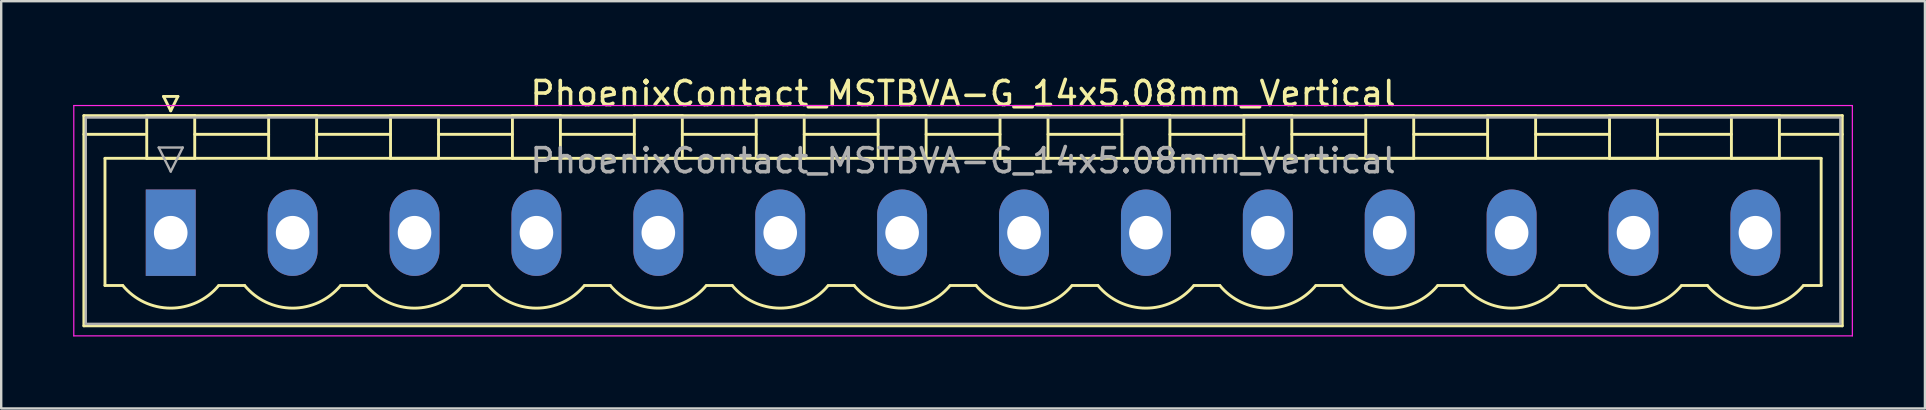
<source format=kicad_pcb>
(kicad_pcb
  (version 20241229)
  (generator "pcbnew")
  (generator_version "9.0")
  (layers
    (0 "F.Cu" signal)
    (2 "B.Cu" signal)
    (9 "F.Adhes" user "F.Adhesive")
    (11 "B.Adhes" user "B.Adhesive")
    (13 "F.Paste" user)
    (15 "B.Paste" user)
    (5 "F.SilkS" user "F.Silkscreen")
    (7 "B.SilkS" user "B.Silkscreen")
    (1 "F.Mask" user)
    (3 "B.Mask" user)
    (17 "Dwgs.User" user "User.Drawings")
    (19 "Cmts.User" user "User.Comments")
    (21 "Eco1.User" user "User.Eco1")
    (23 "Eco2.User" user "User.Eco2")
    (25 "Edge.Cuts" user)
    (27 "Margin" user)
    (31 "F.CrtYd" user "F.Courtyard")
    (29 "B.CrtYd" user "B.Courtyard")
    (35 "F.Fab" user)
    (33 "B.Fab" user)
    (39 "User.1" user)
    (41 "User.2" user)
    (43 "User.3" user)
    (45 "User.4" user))
  (footprint "PhoenixContact_MSTBVA-G_14x5.08mm_Vertical"
    (layer "F.Cu")
    (at 4.065 6.648)
    (property "Reference" "PhoenixContact_MSTBVA-G_14x5.08mm_Vertical" (at 33.02 -5.8 0) (layer "F.SilkS") (effects (font (size 1 1) (thickness 0.15))))
    (attr through_hole)
    (fp_line (start -3.62 -4.88) (end -3.62 3.88) (stroke (width 0.12) (type solid)) (layer "F.SilkS"))
    (fp_line (start -3.62 -4.1) (end -1.08 -4.1) (stroke (width 0.12) (type solid)) (layer "F.SilkS"))
    (fp_line (start -3.62 3.88) (end 69.66 3.88) (stroke (width 0.12) (type solid)) (layer "F.SilkS"))
    (fp_line (start -2.74 -3.1) (end 68.78 -3.1) (stroke (width 0.12) (type solid)) (layer "F.SilkS"))
    (fp_line (start -2.74 2.2) (end -2.74 -3.1) (stroke (width 0.12) (type solid)) (layer "F.SilkS"))
    (fp_line (start -2 2.2) (end -2.74 2.2) (stroke (width 0.12) (type solid)) (layer "F.SilkS"))
    (fp_line (start -1 -4.88) (end 1 -4.88) (stroke (width 0.12) (type solid)) (layer "F.SilkS"))
    (fp_line (start -1 -3.1) (end -1 -4.88) (stroke (width 0.12) (type solid)) (layer "F.SilkS"))
    (fp_line (start -0.3 -5.68) (end 0.3 -5.68) (stroke (width 0.12) (type solid)) (layer "F.SilkS"))
    (fp_line (start 0 -5.08) (end -0.3 -5.68) (stroke (width 0.12) (type solid)) (layer "F.SilkS"))
    (fp_line (start 0.3 -5.68) (end 0 -5.08) (stroke (width 0.12) (type solid)) (layer "F.SilkS"))
    (fp_line (start 1 -4.88) (end 1 -3.1) (stroke (width 0.12) (type solid)) (layer "F.SilkS"))
    (fp_line (start 1 -4.1) (end 4.08 -4.1) (stroke (width 0.12) (type solid)) (layer "F.SilkS"))
    (fp_line (start 1 -3.1) (end -1 -3.1) (stroke (width 0.12) (type solid)) (layer "F.SilkS"))
    (fp_line (start 2 2.2) (end 3.08 2.2) (stroke (width 0.12) (type solid)) (layer "F.SilkS"))
    (fp_line (start 4.08 -4.88) (end 6.08 -4.88) (stroke (width 0.12) (type solid)) (layer "F.SilkS"))
    (fp_line (start 4.08 -3.1) (end 4.08 -4.88) (stroke (width 0.12) (type solid)) (layer "F.SilkS"))
    (fp_line (start 6.08 -4.88) (end 6.08 -3.1) (stroke (width 0.12) (type solid)) (layer "F.SilkS"))
    (fp_line (start 6.08 -4.1) (end 9.16 -4.1) (stroke (width 0.12) (type solid)) (layer "F.SilkS"))
    (fp_line (start 6.08 -3.1) (end 4.08 -3.1) (stroke (width 0.12) (type solid)) (layer "F.SilkS"))
    (fp_line (start 7.08 2.2) (end 8.16 2.2) (stroke (width 0.12) (type solid)) (layer "F.SilkS"))
    (fp_line (start 9.16 -4.88) (end 11.16 -4.88) (stroke (width 0.12) (type solid)) (layer "F.SilkS"))
    (fp_line (start 9.16 -3.1) (end 9.16 -4.88) (stroke (width 0.12) (type solid)) (layer "F.SilkS"))
    (fp_line (start 11.16 -4.88) (end 11.16 -3.1) (stroke (width 0.12) (type solid)) (layer "F.SilkS"))
    (fp_line (start 11.16 -4.1) (end 14.24 -4.1) (stroke (width 0.12) (type solid)) (layer "F.SilkS"))
    (fp_line (start 11.16 -3.1) (end 9.16 -3.1) (stroke (width 0.12) (type solid)) (layer "F.SilkS"))
    (fp_line (start 12.16 2.2) (end 13.24 2.2) (stroke (width 0.12) (type solid)) (layer "F.SilkS"))
    (fp_line (start 14.24 -4.88) (end 16.24 -4.88) (stroke (width 0.12) (type solid)) (layer "F.SilkS"))
    (fp_line (start 14.24 -3.1) (end 14.24 -4.88) (stroke (width 0.12) (type solid)) (layer "F.SilkS"))
    (fp_line (start 16.24 -4.88) (end 16.24 -3.1) (stroke (width 0.12) (type solid)) (layer "F.SilkS"))
    (fp_line (start 16.24 -4.1) (end 19.32 -4.1) (stroke (width 0.12) (type solid)) (layer "F.SilkS"))
    (fp_line (start 16.24 -3.1) (end 14.24 -3.1) (stroke (width 0.12) (type solid)) (layer "F.SilkS"))
    (fp_line (start 17.24 2.2) (end 18.32 2.2) (stroke (width 0.12) (type solid)) (layer "F.SilkS"))
    (fp_line (start 19.32 -4.88) (end 21.32 -4.88) (stroke (width 0.12) (type solid)) (layer "F.SilkS"))
    (fp_line (start 19.32 -3.1) (end 19.32 -4.88) (stroke (width 0.12) (type solid)) (layer "F.SilkS"))
    (fp_line (start 21.32 -4.88) (end 21.32 -3.1) (stroke (width 0.12) (type solid)) (layer "F.SilkS"))
    (fp_line (start 21.32 -4.1) (end 24.4 -4.1) (stroke (width 0.12) (type solid)) (layer "F.SilkS"))
    (fp_line (start 21.32 -3.1) (end 19.32 -3.1) (stroke (width 0.12) (type solid)) (layer "F.SilkS"))
    (fp_line (start 22.32 2.2) (end 23.4 2.2) (stroke (width 0.12) (type solid)) (layer "F.SilkS"))
    (fp_line (start 24.4 -4.88) (end 26.4 -4.88) (stroke (width 0.12) (type solid)) (layer "F.SilkS"))
    (fp_line (start 24.4 -3.1) (end 24.4 -4.88) (stroke (width 0.12) (type solid)) (layer "F.SilkS"))
    (fp_line (start 26.4 -4.88) (end 26.4 -3.1) (stroke (width 0.12) (type solid)) (layer "F.SilkS"))
    (fp_line (start 26.4 -4.1) (end 29.48 -4.1) (stroke (width 0.12) (type solid)) (layer "F.SilkS"))
    (fp_line (start 26.4 -3.1) (end 24.4 -3.1) (stroke (width 0.12) (type solid)) (layer "F.SilkS"))
    (fp_line (start 27.4 2.2) (end 28.48 2.2) (stroke (width 0.12) (type solid)) (layer "F.SilkS"))
    (fp_line (start 29.48 -4.88) (end 31.48 -4.88) (stroke (width 0.12) (type solid)) (layer "F.SilkS"))
    (fp_line (start 29.48 -3.1) (end 29.48 -4.88) (stroke (width 0.12) (type solid)) (layer "F.SilkS"))
    (fp_line (start 31.48 -4.88) (end 31.48 -3.1) (stroke (width 0.12) (type solid)) (layer "F.SilkS"))
    (fp_line (start 31.48 -4.1) (end 34.56 -4.1) (stroke (width 0.12) (type solid)) (layer "F.SilkS"))
    (fp_line (start 31.48 -3.1) (end 29.48 -3.1) (stroke (width 0.12) (type solid)) (layer "F.SilkS"))
    (fp_line (start 32.48 2.2) (end 33.56 2.2) (stroke (width 0.12) (type solid)) (layer "F.SilkS"))
    (fp_line (start 34.56 -4.88) (end 36.56 -4.88) (stroke (width 0.12) (type solid)) (layer "F.SilkS"))
    (fp_line (start 34.56 -3.1) (end 34.56 -4.88) (stroke (width 0.12) (type solid)) (layer "F.SilkS"))
    (fp_line (start 36.56 -4.88) (end 36.56 -3.1) (stroke (width 0.12) (type solid)) (layer "F.SilkS"))
    (fp_line (start 36.56 -4.1) (end 39.64 -4.1) (stroke (width 0.12) (type solid)) (layer "F.SilkS"))
    (fp_line (start 36.56 -3.1) (end 34.56 -3.1) (stroke (width 0.12) (type solid)) (layer "F.SilkS"))
    (fp_line (start 37.56 2.2) (end 38.64 2.2) (stroke (width 0.12) (type solid)) (layer "F.SilkS"))
    (fp_line (start 39.64 -4.88) (end 41.64 -4.88) (stroke (width 0.12) (type solid)) (layer "F.SilkS"))
    (fp_line (start 39.64 -3.1) (end 39.64 -4.88) (stroke (width 0.12) (type solid)) (layer "F.SilkS"))
    (fp_line (start 41.64 -4.88) (end 41.64 -3.1) (stroke (width 0.12) (type solid)) (layer "F.SilkS"))
    (fp_line (start 41.64 -4.1) (end 44.72 -4.1) (stroke (width 0.12) (type solid)) (layer "F.SilkS"))
    (fp_line (start 41.64 -3.1) (end 39.64 -3.1) (stroke (width 0.12) (type solid)) (layer "F.SilkS"))
    (fp_line (start 42.64 2.2) (end 43.72 2.2) (stroke (width 0.12) (type solid)) (layer "F.SilkS"))
    (fp_line (start 44.72 -4.88) (end 46.72 -4.88) (stroke (width 0.12) (type solid)) (layer "F.SilkS"))
    (fp_line (start 44.72 -3.1) (end 44.72 -4.88) (stroke (width 0.12) (type solid)) (layer "F.SilkS"))
    (fp_line (start 46.72 -4.88) (end 46.72 -3.1) (stroke (width 0.12) (type solid)) (layer "F.SilkS"))
    (fp_line (start 46.72 -4.1) (end 49.8 -4.1) (stroke (width 0.12) (type solid)) (layer "F.SilkS"))
    (fp_line (start 46.72 -3.1) (end 44.72 -3.1) (stroke (width 0.12) (type solid)) (layer "F.SilkS"))
    (fp_line (start 47.72 2.2) (end 48.8 2.2) (stroke (width 0.12) (type solid)) (layer "F.SilkS"))
    (fp_line (start 49.8 -4.88) (end 51.8 -4.88) (stroke (width 0.12) (type solid)) (layer "F.SilkS"))
    (fp_line (start 49.8 -3.1) (end 49.8 -4.88) (stroke (width 0.12) (type solid)) (layer "F.SilkS"))
    (fp_line (start 51.8 -4.88) (end 51.8 -3.1) (stroke (width 0.12) (type solid)) (layer "F.SilkS"))
    (fp_line (start 51.8 -4.1) (end 54.88 -4.1) (stroke (width 0.12) (type solid)) (layer "F.SilkS"))
    (fp_line (start 51.8 -3.1) (end 49.8 -3.1) (stroke (width 0.12) (type solid)) (layer "F.SilkS"))
    (fp_line (start 52.8 2.2) (end 53.88 2.2) (stroke (width 0.12) (type solid)) (layer "F.SilkS"))
    (fp_line (start 54.88 -4.88) (end 56.88 -4.88) (stroke (width 0.12) (type solid)) (layer "F.SilkS"))
    (fp_line (start 54.88 -3.1) (end 54.88 -4.88) (stroke (width 0.12) (type solid)) (layer "F.SilkS"))
    (fp_line (start 56.88 -4.88) (end 56.88 -3.1) (stroke (width 0.12) (type solid)) (layer "F.SilkS"))
    (fp_line (start 56.88 -4.1) (end 59.96 -4.1) (stroke (width 0.12) (type solid)) (layer "F.SilkS"))
    (fp_line (start 56.88 -3.1) (end 54.88 -3.1) (stroke (width 0.12) (type solid)) (layer "F.SilkS"))
    (fp_line (start 57.88 2.2) (end 58.96 2.2) (stroke (width 0.12) (type solid)) (layer "F.SilkS"))
    (fp_line (start 59.96 -4.88) (end 61.96 -4.88) (stroke (width 0.12) (type solid)) (layer "F.SilkS"))
    (fp_line (start 59.96 -3.1) (end 59.96 -4.88) (stroke (width 0.12) (type solid)) (layer "F.SilkS"))
    (fp_line (start 61.96 -4.88) (end 61.96 -3.1) (stroke (width 0.12) (type solid)) (layer "F.SilkS"))
    (fp_line (start 61.96 -4.1) (end 65.04 -4.1) (stroke (width 0.12) (type solid)) (layer "F.SilkS"))
    (fp_line (start 61.96 -3.1) (end 59.96 -3.1) (stroke (width 0.12) (type solid)) (layer "F.SilkS"))
    (fp_line (start 62.96 2.2) (end 64.04 2.2) (stroke (width 0.12) (type solid)) (layer "F.SilkS"))
    (fp_line (start 65.04 -4.88) (end 67.04 -4.88) (stroke (width 0.12) (type solid)) (layer "F.SilkS"))
    (fp_line (start 65.04 -3.1) (end 65.04 -4.88) (stroke (width 0.12) (type solid)) (layer "F.SilkS"))
    (fp_line (start 67.04 -4.88) (end 67.04 -3.1) (stroke (width 0.12) (type solid)) (layer "F.SilkS"))
    (fp_line (start 67.04 -3.1) (end 65.04 -3.1) (stroke (width 0.12) (type solid)) (layer "F.SilkS"))
    (fp_line (start 68.78 -3.1) (end 68.78 2.2) (stroke (width 0.12) (type solid)) (layer "F.SilkS"))
    (fp_line (start 68.78 2.2) (end 68.04 2.2) (stroke (width 0.12) (type solid)) (layer "F.SilkS"))
    (fp_line (start 69.66 -4.88) (end -3.62 -4.88) (stroke (width 0.12) (type solid)) (layer "F.SilkS"))
    (fp_line (start 69.66 -4.1) (end 67.12 -4.1) (stroke (width 0.12) (type solid)) (layer "F.SilkS"))
    (fp_line (start 69.66 3.88) (end 69.66 -4.88) (stroke (width 0.12) (type solid)) (layer "F.SilkS"))
    (fp_arc (start 1.986842 2.215821) (mid -0.010289 3.142758) (end -2 2.2) (stroke (width 0.12) (type solid)) (layer "F.SilkS"))
    (fp_arc (start 7.066842 2.215821) (mid 5.069711 3.142758) (end 3.08 2.2) (stroke (width 0.12) (type solid)) (layer "F.SilkS"))
    (fp_arc (start 12.146842 2.215821) (mid 10.149711 3.142758) (end 8.16 2.2) (stroke (width 0.12) (type solid)) (layer "F.SilkS"))
    (fp_arc (start 17.226842 2.215821) (mid 15.229711 3.142758) (end 13.24 2.2) (stroke (width 0.12) (type solid)) (layer "F.SilkS"))
    (fp_arc (start 22.306842 2.215821) (mid 20.309711 3.142758) (end 18.32 2.2) (stroke (width 0.12) (type solid)) (layer "F.SilkS"))
    (fp_arc (start 27.386842 2.215821) (mid 25.389711 3.142758) (end 23.4 2.2) (stroke (width 0.12) (type solid)) (layer "F.SilkS"))
    (fp_arc (start 32.466842 2.215821) (mid 30.469711 3.142758) (end 28.48 2.2) (stroke (width 0.12) (type solid)) (layer "F.SilkS"))
    (fp_arc (start 37.546842 2.215821) (mid 35.549711 3.142758) (end 33.56 2.2) (stroke (width 0.12) (type solid)) (layer "F.SilkS"))
    (fp_arc (start 42.626842 2.215821) (mid 40.629711 3.142758) (end 38.64 2.2) (stroke (width 0.12) (type solid)) (layer "F.SilkS"))
    (fp_arc (start 47.706842 2.215821) (mid 45.709711 3.142758) (end 43.72 2.2) (stroke (width 0.12) (type solid)) (layer "F.SilkS"))
    (fp_arc (start 52.786842 2.215821) (mid 50.789711 3.142758) (end 48.8 2.2) (stroke (width 0.12) (type solid)) (layer "F.SilkS"))
    (fp_arc (start 57.866842 2.215821) (mid 55.869711 3.142758) (end 53.88 2.2) (stroke (width 0.12) (type solid)) (layer "F.SilkS"))
    (fp_arc (start 62.946842 2.215821) (mid 60.949711 3.142758) (end 58.96 2.2) (stroke (width 0.12) (type solid)) (layer "F.SilkS"))
    (fp_arc (start 68.026842 2.215821) (mid 66.029711 3.142758) (end 64.04 2.2) (stroke (width 0.12) (type solid)) (layer "F.SilkS"))
    (fp_line (start -4.04 -5.3) (end -4.04 4.3) (stroke (width 0.05) (type solid)) (layer "F.CrtYd"))
    (fp_line (start -4.04 4.3) (end 70.08 4.3) (stroke (width 0.05) (type solid)) (layer "F.CrtYd"))
    (fp_line (start 70.08 -5.3) (end -4.04 -5.3) (stroke (width 0.05) (type solid)) (layer "F.CrtYd"))
    (fp_line (start 70.08 4.3) (end 70.08 -5.3) (stroke (width 0.05) (type solid)) (layer "F.CrtYd"))
    (fp_line (start -3.54 -4.8) (end -3.54 3.8) (stroke (width 0.1) (type solid)) (layer "F.Fab"))
    (fp_line (start -3.54 3.8) (end 69.58 3.8) (stroke (width 0.1) (type solid)) (layer "F.Fab"))
    (fp_line (start -0.5 -3.55) (end 0.5 -3.55) (stroke (width 0.1) (type solid)) (layer "F.Fab"))
    (fp_line (start 0 -2.55) (end -0.5 -3.55) (stroke (width 0.1) (type solid)) (layer "F.Fab"))
    (fp_line (start 0.5 -3.55) (end 0 -2.55) (stroke (width 0.1) (type solid)) (layer "F.Fab"))
    (fp_line (start 69.58 -4.8) (end -3.54 -4.8) (stroke (width 0.1) (type solid)) (layer "F.Fab"))
    (fp_line (start 69.58 3.8) (end 69.58 -4.8) (stroke (width 0.1) (type solid)) (layer "F.Fab"))
    (fp_text user "${REFERENCE}" (at 33.02 -3 0) (layer "F.Fab") (effects (font (size 1 1) (thickness 0.15))))
    (pad "1" thru_hole rect (at 0 0) (size 2.08 3.6) (drill 1.4) (layers "*.Cu" "*.Mask"))
    (pad "2" thru_hole oval (at 5.08 0) (size 2.08 3.6) (drill 1.4) (layers "*.Cu" "*.Mask"))
    (pad "3" thru_hole oval (at 10.16 0) (size 2.08 3.6) (drill 1.4) (layers "*.Cu" "*.Mask"))
    (pad "4" thru_hole oval (at 15.24 0) (size 2.08 3.6) (drill 1.4) (layers "*.Cu" "*.Mask"))
    (pad "5" thru_hole oval (at 20.32 0) (size 2.08 3.6) (drill 1.4) (layers "*.Cu" "*.Mask"))
    (pad "6" thru_hole oval (at 25.4 0) (size 2.08 3.6) (drill 1.4) (layers "*.Cu" "*.Mask"))
    (pad "7" thru_hole oval (at 30.48 0) (size 2.08 3.6) (drill 1.4) (layers "*.Cu" "*.Mask"))
    (pad "8" thru_hole oval (at 35.56 0) (size 2.08 3.6) (drill 1.4) (layers "*.Cu" "*.Mask"))
    (pad "9" thru_hole oval (at 40.64 0) (size 2.08 3.6) (drill 1.4) (layers "*.Cu" "*.Mask"))
    (pad "10" thru_hole oval (at 45.72 0) (size 2.08 3.6) (drill 1.4) (layers "*.Cu" "*.Mask"))
    (pad "11" thru_hole oval (at 50.8 0) (size 2.08 3.6) (drill 1.4) (layers "*.Cu" "*.Mask"))
    (pad "12" thru_hole oval (at 55.88 0) (size 2.08 3.6) (drill 1.4) (layers "*.Cu" "*.Mask"))
    (pad "13" thru_hole oval (at 60.96 0) (size 2.08 3.6) (drill 1.4) (layers "*.Cu" "*.Mask"))
    (pad "14" thru_hole oval (at 66.04 0) (size 2.08 3.6) (drill 1.4) (layers "*.Cu" "*.Mask")))
  (gr_rect
    (start -3 -3)
    (end 77.17 13.973)
    (stroke (width 0.1) (type default))
    (fill no)
    (layer "Edge.Cuts")))
</source>
